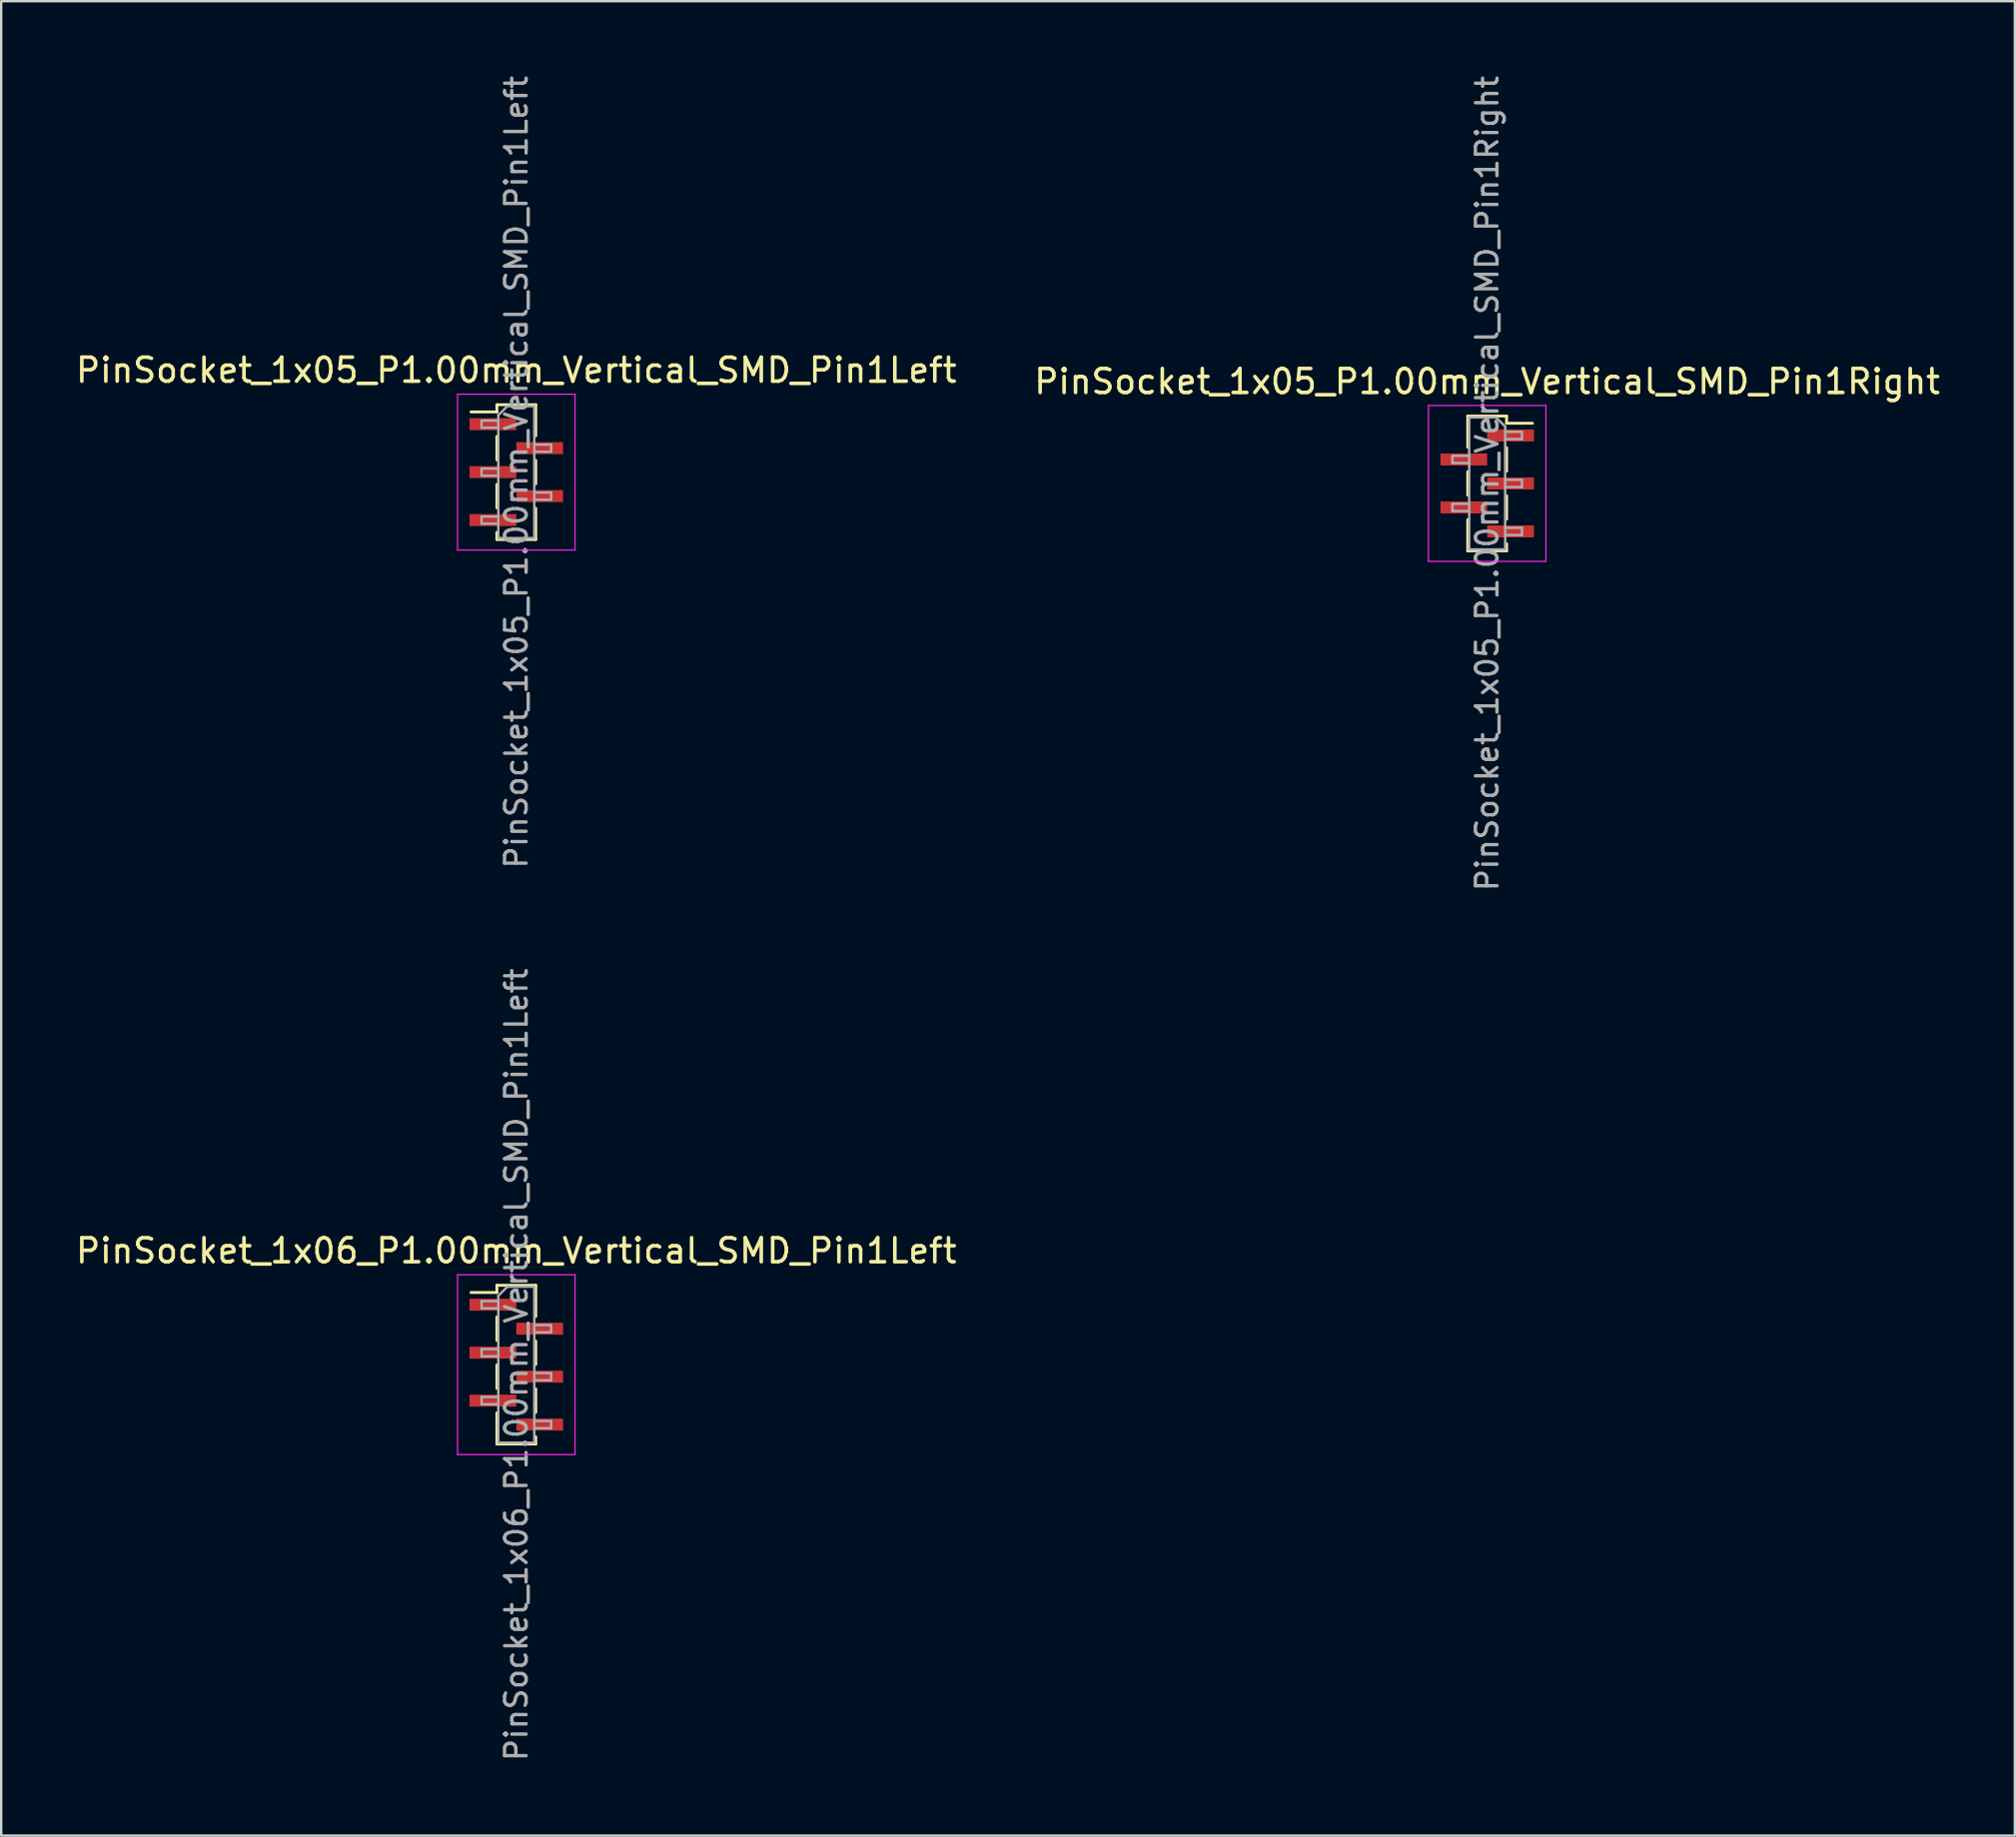
<source format=kicad_pcb>
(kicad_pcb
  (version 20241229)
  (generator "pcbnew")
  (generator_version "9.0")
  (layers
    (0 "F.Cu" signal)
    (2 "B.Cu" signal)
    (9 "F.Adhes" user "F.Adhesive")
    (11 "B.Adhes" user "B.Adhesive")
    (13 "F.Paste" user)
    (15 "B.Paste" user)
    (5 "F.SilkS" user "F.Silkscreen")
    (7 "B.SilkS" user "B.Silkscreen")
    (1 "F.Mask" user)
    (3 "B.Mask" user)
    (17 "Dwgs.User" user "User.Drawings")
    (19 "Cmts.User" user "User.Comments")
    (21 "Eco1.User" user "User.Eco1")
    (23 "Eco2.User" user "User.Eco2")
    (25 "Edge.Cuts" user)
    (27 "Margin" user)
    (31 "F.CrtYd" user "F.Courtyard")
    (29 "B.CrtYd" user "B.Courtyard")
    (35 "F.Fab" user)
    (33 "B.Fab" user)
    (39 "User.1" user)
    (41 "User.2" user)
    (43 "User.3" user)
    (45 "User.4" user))
  (footprint "PinSocket_1x05_P1.00mm_Vertical_SMD_Pin1Right"
    (layer "F.Cu")
    (at 58.97 17.113)
    (property "Reference" "PinSocket_1x05_P1.00mm_Vertical_SMD_Pin1Right" (at 0 -4.25 0) (layer "F.SilkS") (effects (font (size 1 1) (thickness 0.15))))
    (attr smd)
    (fp_line (start -0.81 -2.81) (end -0.81 -1.51) (stroke (width 0.12) (type solid)) (layer "F.SilkS"))
    (fp_line (start -0.81 -2.81) (end 0.81 -2.81) (stroke (width 0.12) (type solid)) (layer "F.SilkS"))
    (fp_line (start -0.81 -0.49) (end -0.81 0.49) (stroke (width 0.12) (type solid)) (layer "F.SilkS"))
    (fp_line (start -0.81 1.51) (end -0.81 2.81) (stroke (width 0.12) (type solid)) (layer "F.SilkS"))
    (fp_line (start -0.81 2.81) (end 0.81 2.81) (stroke (width 0.12) (type solid)) (layer "F.SilkS"))
    (fp_line (start 0.81 -2.81) (end 0.81 -2.51) (stroke (width 0.12) (type solid)) (layer "F.SilkS"))
    (fp_line (start 0.81 -2.51) (end 1.89 -2.51) (stroke (width 0.12) (type solid)) (layer "F.SilkS"))
    (fp_line (start 0.81 -1.49) (end 0.81 -0.51) (stroke (width 0.12) (type solid)) (layer "F.SilkS"))
    (fp_line (start 0.81 0.51) (end 0.81 1.49) (stroke (width 0.12) (type solid)) (layer "F.SilkS"))
    (fp_line (start 0.81 2.51) (end 0.81 2.81) (stroke (width 0.12) (type solid)) (layer "F.SilkS"))
    (fp_line (start -2.45 -3.25) (end 2.45 -3.25) (stroke (width 0.05) (type solid)) (layer "F.CrtYd"))
    (fp_line (start -2.45 3.25) (end -2.45 -3.25) (stroke (width 0.05) (type solid)) (layer "F.CrtYd"))
    (fp_line (start 2.45 -3.25) (end 2.45 3.25) (stroke (width 0.05) (type solid)) (layer "F.CrtYd"))
    (fp_line (start 2.45 3.25) (end -2.45 3.25) (stroke (width 0.05) (type solid)) (layer "F.CrtYd"))
    (fp_line (start -1.45 -1.15) (end -0.75 -1.15) (stroke (width 0.1) (type solid)) (layer "F.Fab"))
    (fp_line (start -1.45 -0.85) (end -1.45 -1.15) (stroke (width 0.1) (type solid)) (layer "F.Fab"))
    (fp_line (start -1.45 0.85) (end -0.75 0.85) (stroke (width 0.1) (type solid)) (layer "F.Fab"))
    (fp_line (start -1.45 1.15) (end -1.45 0.85) (stroke (width 0.1) (type solid)) (layer "F.Fab"))
    (fp_line (start -0.75 -2.75) (end 0.375 -2.75) (stroke (width 0.1) (type solid)) (layer "F.Fab"))
    (fp_line (start -0.75 -0.85) (end -1.45 -0.85) (stroke (width 0.1) (type solid)) (layer "F.Fab"))
    (fp_line (start -0.75 1.15) (end -1.45 1.15) (stroke (width 0.1) (type solid)) (layer "F.Fab"))
    (fp_line (start -0.75 2.75) (end -0.75 -2.75) (stroke (width 0.1) (type solid)) (layer "F.Fab"))
    (fp_line (start 0.375 -2.75) (end 0.75 -2.375) (stroke (width 0.1) (type solid)) (layer "F.Fab"))
    (fp_line (start 0.75 -2.375) (end 0.75 2.75) (stroke (width 0.1) (type solid)) (layer "F.Fab"))
    (fp_line (start 0.75 -2.15) (end 1.45 -2.15) (stroke (width 0.1) (type solid)) (layer "F.Fab"))
    (fp_line (start 0.75 -0.15) (end 1.45 -0.15) (stroke (width 0.1) (type solid)) (layer "F.Fab"))
    (fp_line (start 0.75 1.85) (end 1.45 1.85) (stroke (width 0.1) (type solid)) (layer "F.Fab"))
    (fp_line (start 0.75 2.75) (end -0.75 2.75) (stroke (width 0.1) (type solid)) (layer "F.Fab"))
    (fp_line (start 1.45 -2.15) (end 1.45 -1.85) (stroke (width 0.1) (type solid)) (layer "F.Fab"))
    (fp_line (start 1.45 -1.85) (end 0.75 -1.85) (stroke (width 0.1) (type solid)) (layer "F.Fab"))
    (fp_line (start 1.45 -0.15) (end 1.45 0.15) (stroke (width 0.1) (type solid)) (layer "F.Fab"))
    (fp_line (start 1.45 0.15) (end 0.75 0.15) (stroke (width 0.1) (type solid)) (layer "F.Fab"))
    (fp_line (start 1.45 1.85) (end 1.45 2.15) (stroke (width 0.1) (type solid)) (layer "F.Fab"))
    (fp_line (start 1.45 2.15) (end 0.75 2.15) (stroke (width 0.1) (type solid)) (layer "F.Fab"))
    (fp_text user "${REFERENCE}" (at 0 0 90) (layer "F.Fab") (effects (font (size 0.9 0.9) (thickness 0.14))))
    (pad "1" smd rect (at 0.975 -2) (size 1.95 0.5) (layers "F.Cu" "F.Mask" "F.Paste"))
    (pad "2" smd rect (at -0.975 -1) (size 1.95 0.5) (layers "F.Cu" "F.Mask" "F.Paste"))
    (pad "3" smd rect (at 0.975 0) (size 1.95 0.5) (layers "F.Cu" "F.Mask" "F.Paste"))
    (pad "4" smd rect (at -0.975 1) (size 1.95 0.5) (layers "F.Cu" "F.Mask" "F.Paste"))
    (pad "5" smd rect (at 0.975 2) (size 1.95 0.5) (layers "F.Cu" "F.Mask" "F.Paste")))
  (footprint "PinSocket_1x06_P1.00mm_Vertical_SMD_Pin1Left"
    (layer "F.Cu")
    (at 18.482 53.867)
    (property "Reference" "PinSocket_1x06_P1.00mm_Vertical_SMD_Pin1Left" (at 0 -4.75 0) (layer "F.SilkS") (effects (font (size 1 1) (thickness 0.15))))
    (attr smd)
    (fp_line (start -1.89 -3.01) (end -0.81 -3.01) (stroke (width 0.12) (type solid)) (layer "F.SilkS"))
    (fp_line (start -0.81 -3.31) (end -0.81 -3.01) (stroke (width 0.12) (type solid)) (layer "F.SilkS"))
    (fp_line (start -0.81 -3.31) (end 0.81 -3.31) (stroke (width 0.12) (type solid)) (layer "F.SilkS"))
    (fp_line (start -0.81 -1.99) (end -0.81 -1.01) (stroke (width 0.12) (type solid)) (layer "F.SilkS"))
    (fp_line (start -0.81 0.01) (end -0.81 0.99) (stroke (width 0.12) (type solid)) (layer "F.SilkS"))
    (fp_line (start -0.81 2.01) (end -0.81 3.31) (stroke (width 0.12) (type solid)) (layer "F.SilkS"))
    (fp_line (start -0.81 3.31) (end 0.81 3.31) (stroke (width 0.12) (type solid)) (layer "F.SilkS"))
    (fp_line (start 0.81 -3.31) (end 0.81 -2.01) (stroke (width 0.12) (type solid)) (layer "F.SilkS"))
    (fp_line (start 0.81 -0.99) (end 0.81 -0.01) (stroke (width 0.12) (type solid)) (layer "F.SilkS"))
    (fp_line (start 0.81 1.01) (end 0.81 1.99) (stroke (width 0.12) (type solid)) (layer "F.SilkS"))
    (fp_line (start 0.81 3.01) (end 0.81 3.31) (stroke (width 0.12) (type solid)) (layer "F.SilkS"))
    (fp_line (start -2.45 -3.75) (end 2.45 -3.75) (stroke (width 0.05) (type solid)) (layer "F.CrtYd"))
    (fp_line (start -2.45 3.75) (end -2.45 -3.75) (stroke (width 0.05) (type solid)) (layer "F.CrtYd"))
    (fp_line (start 2.45 -3.75) (end 2.45 3.75) (stroke (width 0.05) (type solid)) (layer "F.CrtYd"))
    (fp_line (start 2.45 3.75) (end -2.45 3.75) (stroke (width 0.05) (type solid)) (layer "F.CrtYd"))
    (fp_line (start -1.45 -2.65) (end -0.75 -2.65) (stroke (width 0.1) (type solid)) (layer "F.Fab"))
    (fp_line (start -1.45 -2.35) (end -1.45 -2.65) (stroke (width 0.1) (type solid)) (layer "F.Fab"))
    (fp_line (start -1.45 -0.65) (end -0.75 -0.65) (stroke (width 0.1) (type solid)) (layer "F.Fab"))
    (fp_line (start -1.45 -0.35) (end -1.45 -0.65) (stroke (width 0.1) (type solid)) (layer "F.Fab"))
    (fp_line (start -1.45 1.35) (end -0.75 1.35) (stroke (width 0.1) (type solid)) (layer "F.Fab"))
    (fp_line (start -1.45 1.65) (end -1.45 1.35) (stroke (width 0.1) (type solid)) (layer "F.Fab"))
    (fp_line (start -0.75 -2.875) (end -0.375 -3.25) (stroke (width 0.1) (type solid)) (layer "F.Fab"))
    (fp_line (start -0.75 -2.35) (end -1.45 -2.35) (stroke (width 0.1) (type solid)) (layer "F.Fab"))
    (fp_line (start -0.75 -0.35) (end -1.45 -0.35) (stroke (width 0.1) (type solid)) (layer "F.Fab"))
    (fp_line (start -0.75 1.65) (end -1.45 1.65) (stroke (width 0.1) (type solid)) (layer "F.Fab"))
    (fp_line (start -0.75 3.25) (end -0.75 -2.875) (stroke (width 0.1) (type solid)) (layer "F.Fab"))
    (fp_line (start -0.375 -3.25) (end 0.75 -3.25) (stroke (width 0.1) (type solid)) (layer "F.Fab"))
    (fp_line (start 0.75 -3.25) (end 0.75 3.25) (stroke (width 0.1) (type solid)) (layer "F.Fab"))
    (fp_line (start 0.75 -1.65) (end 1.45 -1.65) (stroke (width 0.1) (type solid)) (layer "F.Fab"))
    (fp_line (start 0.75 0.35) (end 1.45 0.35) (stroke (width 0.1) (type solid)) (layer "F.Fab"))
    (fp_line (start 0.75 2.35) (end 1.45 2.35) (stroke (width 0.1) (type solid)) (layer "F.Fab"))
    (fp_line (start 0.75 3.25) (end -0.75 3.25) (stroke (width 0.1) (type solid)) (layer "F.Fab"))
    (fp_line (start 1.45 -1.65) (end 1.45 -1.35) (stroke (width 0.1) (type solid)) (layer "F.Fab"))
    (fp_line (start 1.45 -1.35) (end 0.75 -1.35) (stroke (width 0.1) (type solid)) (layer "F.Fab"))
    (fp_line (start 1.45 0.35) (end 1.45 0.65) (stroke (width 0.1) (type solid)) (layer "F.Fab"))
    (fp_line (start 1.45 0.65) (end 0.75 0.65) (stroke (width 0.1) (type solid)) (layer "F.Fab"))
    (fp_line (start 1.45 2.35) (end 1.45 2.65) (stroke (width 0.1) (type solid)) (layer "F.Fab"))
    (fp_line (start 1.45 2.65) (end 0.75 2.65) (stroke (width 0.1) (type solid)) (layer "F.Fab"))
    (fp_text user "${REFERENCE}" (at 0 0 90) (layer "F.Fab") (effects (font (size 0.9 0.9) (thickness 0.14))))
    (pad "1" smd rect (at -0.975 -2.5) (size 1.95 0.5) (layers "F.Cu" "F.Mask" "F.Paste"))
    (pad "2" smd rect (at 0.975 -1.5) (size 1.95 0.5) (layers "F.Cu" "F.Mask" "F.Paste"))
    (pad "3" smd rect (at -0.975 -0.5) (size 1.95 0.5) (layers "F.Cu" "F.Mask" "F.Paste"))
    (pad "4" smd rect (at 0.975 0.5) (size 1.95 0.5) (layers "F.Cu" "F.Mask" "F.Paste"))
    (pad "5" smd rect (at -0.975 1.5) (size 1.95 0.5) (layers "F.Cu" "F.Mask" "F.Paste"))
    (pad "6" smd rect (at 0.975 2.5) (size 1.95 0.5) (layers "F.Cu" "F.Mask" "F.Paste")))
  (footprint "PinSocket_1x05_P1.00mm_Vertical_SMD_Pin1Left"
    (layer "F.Cu")
    (at 18.482 16.641)
    (property "Reference" "PinSocket_1x05_P1.00mm_Vertical_SMD_Pin1Left" (at 0 -4.25 0) (layer "F.SilkS") (effects (font (size 1 1) (thickness 0.15))))
    (attr smd)
    (fp_line (start -1.89 -2.51) (end -0.81 -2.51) (stroke (width 0.12) (type solid)) (layer "F.SilkS"))
    (fp_line (start -0.81 -2.81) (end -0.81 -2.51) (stroke (width 0.12) (type solid)) (layer "F.SilkS"))
    (fp_line (start -0.81 -2.81) (end 0.81 -2.81) (stroke (width 0.12) (type solid)) (layer "F.SilkS"))
    (fp_line (start -0.81 -1.49) (end -0.81 -0.51) (stroke (width 0.12) (type solid)) (layer "F.SilkS"))
    (fp_line (start -0.81 0.51) (end -0.81 1.49) (stroke (width 0.12) (type solid)) (layer "F.SilkS"))
    (fp_line (start -0.81 2.51) (end -0.81 2.81) (stroke (width 0.12) (type solid)) (layer "F.SilkS"))
    (fp_line (start -0.81 2.81) (end 0.81 2.81) (stroke (width 0.12) (type solid)) (layer "F.SilkS"))
    (fp_line (start 0.81 -2.81) (end 0.81 -1.51) (stroke (width 0.12) (type solid)) (layer "F.SilkS"))
    (fp_line (start 0.81 -0.49) (end 0.81 0.49) (stroke (width 0.12) (type solid)) (layer "F.SilkS"))
    (fp_line (start 0.81 1.51) (end 0.81 2.81) (stroke (width 0.12) (type solid)) (layer "F.SilkS"))
    (fp_line (start -2.45 -3.25) (end 2.45 -3.25) (stroke (width 0.05) (type solid)) (layer "F.CrtYd"))
    (fp_line (start -2.45 3.25) (end -2.45 -3.25) (stroke (width 0.05) (type solid)) (layer "F.CrtYd"))
    (fp_line (start 2.45 -3.25) (end 2.45 3.25) (stroke (width 0.05) (type solid)) (layer "F.CrtYd"))
    (fp_line (start 2.45 3.25) (end -2.45 3.25) (stroke (width 0.05) (type solid)) (layer "F.CrtYd"))
    (fp_line (start -1.45 -2.15) (end -0.75 -2.15) (stroke (width 0.1) (type solid)) (layer "F.Fab"))
    (fp_line (start -1.45 -1.85) (end -1.45 -2.15) (stroke (width 0.1) (type solid)) (layer "F.Fab"))
    (fp_line (start -1.45 -0.15) (end -0.75 -0.15) (stroke (width 0.1) (type solid)) (layer "F.Fab"))
    (fp_line (start -1.45 0.15) (end -1.45 -0.15) (stroke (width 0.1) (type solid)) (layer "F.Fab"))
    (fp_line (start -1.45 1.85) (end -0.75 1.85) (stroke (width 0.1) (type solid)) (layer "F.Fab"))
    (fp_line (start -1.45 2.15) (end -1.45 1.85) (stroke (width 0.1) (type solid)) (layer "F.Fab"))
    (fp_line (start -0.75 -2.375) (end -0.375 -2.75) (stroke (width 0.1) (type solid)) (layer "F.Fab"))
    (fp_line (start -0.75 -1.85) (end -1.45 -1.85) (stroke (width 0.1) (type solid)) (layer "F.Fab"))
    (fp_line (start -0.75 0.15) (end -1.45 0.15) (stroke (width 0.1) (type solid)) (layer "F.Fab"))
    (fp_line (start -0.75 2.15) (end -1.45 2.15) (stroke (width 0.1) (type solid)) (layer "F.Fab"))
    (fp_line (start -0.75 2.75) (end -0.75 -2.375) (stroke (width 0.1) (type solid)) (layer "F.Fab"))
    (fp_line (start -0.375 -2.75) (end 0.75 -2.75) (stroke (width 0.1) (type solid)) (layer "F.Fab"))
    (fp_line (start 0.75 -2.75) (end 0.75 2.75) (stroke (width 0.1) (type solid)) (layer "F.Fab"))
    (fp_line (start 0.75 -1.15) (end 1.45 -1.15) (stroke (width 0.1) (type solid)) (layer "F.Fab"))
    (fp_line (start 0.75 0.85) (end 1.45 0.85) (stroke (width 0.1) (type solid)) (layer "F.Fab"))
    (fp_line (start 0.75 2.75) (end -0.75 2.75) (stroke (width 0.1) (type solid)) (layer "F.Fab"))
    (fp_line (start 1.45 -1.15) (end 1.45 -0.85) (stroke (width 0.1) (type solid)) (layer "F.Fab"))
    (fp_line (start 1.45 -0.85) (end 0.75 -0.85) (stroke (width 0.1) (type solid)) (layer "F.Fab"))
    (fp_line (start 1.45 0.85) (end 1.45 1.15) (stroke (width 0.1) (type solid)) (layer "F.Fab"))
    (fp_line (start 1.45 1.15) (end 0.75 1.15) (stroke (width 0.1) (type solid)) (layer "F.Fab"))
    (fp_text user "${REFERENCE}" (at 0 0 90) (layer "F.Fab") (effects (font (size 0.9 0.9) (thickness 0.14))))
    (pad "1" smd rect (at -0.975 -2) (size 1.95 0.5) (layers "F.Cu" "F.Mask" "F.Paste"))
    (pad "2" smd rect (at 0.975 -1) (size 1.95 0.5) (layers "F.Cu" "F.Mask" "F.Paste"))
    (pad "3" smd rect (at -0.975 0) (size 1.95 0.5) (layers "F.Cu" "F.Mask" "F.Paste"))
    (pad "4" smd rect (at 0.975 1) (size 1.95 0.5) (layers "F.Cu" "F.Mask" "F.Paste"))
    (pad "5" smd rect (at -0.975 2) (size 1.95 0.5) (layers "F.Cu" "F.Mask" "F.Paste")))
  (gr_rect
    (start -3 -3)
    (end 80.976 73.509)
    (stroke (width 0.1) (type default))
    (fill no)
    (layer "Edge.Cuts")))
</source>
